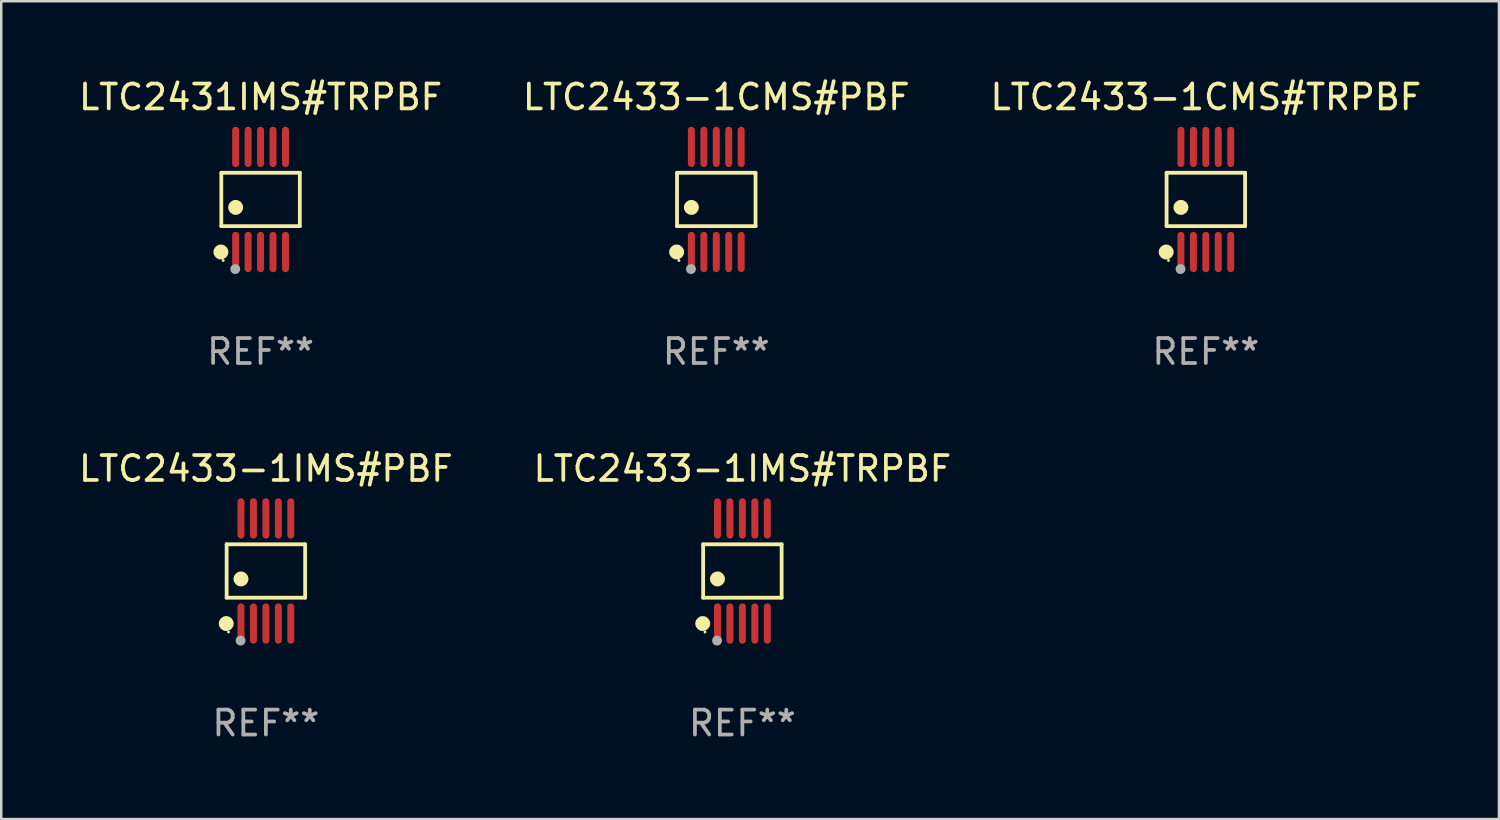
<source format=kicad_pcb>
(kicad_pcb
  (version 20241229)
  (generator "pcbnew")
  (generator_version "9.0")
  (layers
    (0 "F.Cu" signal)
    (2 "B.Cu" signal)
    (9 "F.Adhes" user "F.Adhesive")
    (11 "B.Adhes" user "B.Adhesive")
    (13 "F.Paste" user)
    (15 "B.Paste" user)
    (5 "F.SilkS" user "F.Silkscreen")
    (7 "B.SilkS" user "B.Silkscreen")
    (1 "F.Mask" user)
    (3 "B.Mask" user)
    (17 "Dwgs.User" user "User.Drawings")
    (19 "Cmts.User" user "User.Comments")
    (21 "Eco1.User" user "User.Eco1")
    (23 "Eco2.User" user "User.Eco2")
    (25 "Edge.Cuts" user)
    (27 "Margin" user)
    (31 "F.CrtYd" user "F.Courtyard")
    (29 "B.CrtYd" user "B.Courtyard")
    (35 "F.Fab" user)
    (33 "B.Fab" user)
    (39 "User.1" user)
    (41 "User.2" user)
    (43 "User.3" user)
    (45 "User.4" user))
  (footprint "LTC2431IMS#TRPBF"
    (layer "F.Cu")
    (at 7.411 4.958)
    (property "Reference" "LTC2431IMS#TRPBF" (at 0 -4.11 0) (layer "F.SilkS") (effects (font (size 1 1) (thickness 0.15))))
    (attr through_hole)
    (fp_line (start -1.576 -1.071) (end 1.576 -1.071) (stroke (width 0.152) (type solid)) (layer "F.SilkS"))
    (fp_line (start -1.576 1.071) (end -1.576 -1.071) (stroke (width 0.152) (type solid)) (layer "F.SilkS"))
    (fp_line (start 1.576 -1.071) (end 1.576 1.071) (stroke (width 0.152) (type solid)) (layer "F.SilkS"))
    (fp_line (start 1.576 1.071) (end -1.576 1.071) (stroke (width 0.152) (type solid)) (layer "F.SilkS"))
    (fp_circle (center -1.592 2.11) (end -1.442 2.11) (stroke (width 0.3) (type solid)) (fill no) (layer "F.SilkS"))
    (fp_circle (center -1.5 2.45) (end -1.47 2.45) (stroke (width 0.06) (type solid)) (fill no) (layer "F.SilkS"))
    (fp_circle (center -1 0.319) (end -0.85 0.319) (stroke (width 0.3) (type solid)) (fill no) (layer "F.SilkS"))
    (fp_circle (center -1.016 2.794) (end -0.916 2.794) (stroke (width 0.2) (type solid)) (fill no) (layer "F.Fab"))
    (fp_text user "REF**" (at 0 6.11 0) (layer "F.Fab") (effects (font (size 1 1) (thickness 0.15))))
    (pad "1" smd oval (at -1 2.11) (size 0.28 1.62) (layers "F.Cu" "F.Mask" "F.Paste"))
    (pad "2" smd oval (at -0.5 2.11) (size 0.28 1.62) (layers "F.Cu" "F.Mask" "F.Paste"))
    (pad "3" smd oval (at 0 2.11) (size 0.28 1.62) (layers "F.Cu" "F.Mask" "F.Paste"))
    (pad "4" smd oval (at 0.5 2.11) (size 0.28 1.62) (layers "F.Cu" "F.Mask" "F.Paste"))
    (pad "5" smd oval (at 1 2.11) (size 0.28 1.62) (layers "F.Cu" "F.Mask" "F.Paste"))
    (pad "6" smd oval (at 1 -2.11) (size 0.28 1.62) (layers "F.Cu" "F.Mask" "F.Paste"))
    (pad "7" smd oval (at 0.5 -2.11) (size 0.28 1.62) (layers "F.Cu" "F.Mask" "F.Paste"))
    (pad "8" smd oval (at 0 -2.11) (size 0.28 1.62) (layers "F.Cu" "F.Mask" "F.Paste"))
    (pad "9" smd oval (at -0.5 -2.11) (size 0.28 1.62) (layers "F.Cu" "F.Mask" "F.Paste"))
    (pad "10" smd oval (at -1 -2.11) (size 0.28 1.62) (layers "F.Cu" "F.Mask" "F.Paste")))
  (footprint "LTC2433-1CMS#PBF"
    (layer "F.Cu")
    (at 25.708 4.958)
    (property "Reference" "LTC2433-1CMS#PBF" (at 0 -4.11 0) (layer "F.SilkS") (effects (font (size 1 1) (thickness 0.15))))
    (attr through_hole)
    (fp_line (start -1.576 -1.071) (end 1.576 -1.071) (stroke (width 0.152) (type solid)) (layer "F.SilkS"))
    (fp_line (start -1.576 1.071) (end -1.576 -1.071) (stroke (width 0.152) (type solid)) (layer "F.SilkS"))
    (fp_line (start 1.576 -1.071) (end 1.576 1.071) (stroke (width 0.152) (type solid)) (layer "F.SilkS"))
    (fp_line (start 1.576 1.071) (end -1.576 1.071) (stroke (width 0.152) (type solid)) (layer "F.SilkS"))
    (fp_circle (center -1.592 2.11) (end -1.442 2.11) (stroke (width 0.3) (type solid)) (fill no) (layer "F.SilkS"))
    (fp_circle (center -1.5 2.45) (end -1.47 2.45) (stroke (width 0.06) (type solid)) (fill no) (layer "F.SilkS"))
    (fp_circle (center -1 0.319) (end -0.85 0.319) (stroke (width 0.3) (type solid)) (fill no) (layer "F.SilkS"))
    (fp_circle (center -1.016 2.794) (end -0.916 2.794) (stroke (width 0.2) (type solid)) (fill no) (layer "F.Fab"))
    (fp_text user "REF**" (at 0 6.11 0) (layer "F.Fab") (effects (font (size 1 1) (thickness 0.15))))
    (pad "1" smd oval (at -1 2.11) (size 0.28 1.62) (layers "F.Cu" "F.Mask" "F.Paste"))
    (pad "2" smd oval (at -0.5 2.11) (size 0.28 1.62) (layers "F.Cu" "F.Mask" "F.Paste"))
    (pad "3" smd oval (at 0 2.11) (size 0.28 1.62) (layers "F.Cu" "F.Mask" "F.Paste"))
    (pad "4" smd oval (at 0.5 2.11) (size 0.28 1.62) (layers "F.Cu" "F.Mask" "F.Paste"))
    (pad "5" smd oval (at 1 2.11) (size 0.28 1.62) (layers "F.Cu" "F.Mask" "F.Paste"))
    (pad "6" smd oval (at 1 -2.11) (size 0.28 1.62) (layers "F.Cu" "F.Mask" "F.Paste"))
    (pad "7" smd oval (at 0.5 -2.11) (size 0.28 1.62) (layers "F.Cu" "F.Mask" "F.Paste"))
    (pad "8" smd oval (at 0 -2.11) (size 0.28 1.62) (layers "F.Cu" "F.Mask" "F.Paste"))
    (pad "9" smd oval (at -0.5 -2.11) (size 0.28 1.62) (layers "F.Cu" "F.Mask" "F.Paste"))
    (pad "10" smd oval (at -1 -2.11) (size 0.28 1.62) (layers "F.Cu" "F.Mask" "F.Paste")))
  (footprint "LTC2433-1CMS#TRPBF"
    (layer "F.Cu")
    (at 45.363 4.958)
    (property "Reference" "LTC2433-1CMS#TRPBF" (at 0 -4.11 0) (layer "F.SilkS") (effects (font (size 1 1) (thickness 0.15))))
    (attr through_hole)
    (fp_line (start -1.576 -1.071) (end 1.576 -1.071) (stroke (width 0.152) (type solid)) (layer "F.SilkS"))
    (fp_line (start -1.576 1.071) (end -1.576 -1.071) (stroke (width 0.152) (type solid)) (layer "F.SilkS"))
    (fp_line (start 1.576 -1.071) (end 1.576 1.071) (stroke (width 0.152) (type solid)) (layer "F.SilkS"))
    (fp_line (start 1.576 1.071) (end -1.576 1.071) (stroke (width 0.152) (type solid)) (layer "F.SilkS"))
    (fp_circle (center -1.592 2.11) (end -1.442 2.11) (stroke (width 0.3) (type solid)) (fill no) (layer "F.SilkS"))
    (fp_circle (center -1.5 2.45) (end -1.47 2.45) (stroke (width 0.06) (type solid)) (fill no) (layer "F.SilkS"))
    (fp_circle (center -1 0.319) (end -0.85 0.319) (stroke (width 0.3) (type solid)) (fill no) (layer "F.SilkS"))
    (fp_circle (center -1.016 2.794) (end -0.916 2.794) (stroke (width 0.2) (type solid)) (fill no) (layer "F.Fab"))
    (fp_text user "REF**" (at 0 6.11 0) (layer "F.Fab") (effects (font (size 1 1) (thickness 0.15))))
    (pad "1" smd oval (at -1 2.11) (size 0.28 1.62) (layers "F.Cu" "F.Mask" "F.Paste"))
    (pad "2" smd oval (at -0.5 2.11) (size 0.28 1.62) (layers "F.Cu" "F.Mask" "F.Paste"))
    (pad "3" smd oval (at 0 2.11) (size 0.28 1.62) (layers "F.Cu" "F.Mask" "F.Paste"))
    (pad "4" smd oval (at 0.5 2.11) (size 0.28 1.62) (layers "F.Cu" "F.Mask" "F.Paste"))
    (pad "5" smd oval (at 1 2.11) (size 0.28 1.62) (layers "F.Cu" "F.Mask" "F.Paste"))
    (pad "6" smd oval (at 1 -2.11) (size 0.28 1.62) (layers "F.Cu" "F.Mask" "F.Paste"))
    (pad "7" smd oval (at 0.5 -2.11) (size 0.28 1.62) (layers "F.Cu" "F.Mask" "F.Paste"))
    (pad "8" smd oval (at 0 -2.11) (size 0.28 1.62) (layers "F.Cu" "F.Mask" "F.Paste"))
    (pad "9" smd oval (at -0.5 -2.11) (size 0.28 1.62) (layers "F.Cu" "F.Mask" "F.Paste"))
    (pad "10" smd oval (at -1 -2.11) (size 0.28 1.62) (layers "F.Cu" "F.Mask" "F.Paste")))
  (footprint "LTC2433-1IMS#TRPBF"
    (layer "F.Cu")
    (at 26.756 19.875)
    (property "Reference" "LTC2433-1IMS#TRPBF" (at 0 -4.11 0) (layer "F.SilkS") (effects (font (size 1 1) (thickness 0.15))))
    (attr through_hole)
    (fp_line (start -1.576 -1.071) (end 1.576 -1.071) (stroke (width 0.152) (type solid)) (layer "F.SilkS"))
    (fp_line (start -1.576 1.071) (end -1.576 -1.071) (stroke (width 0.152) (type solid)) (layer "F.SilkS"))
    (fp_line (start 1.576 -1.071) (end 1.576 1.071) (stroke (width 0.152) (type solid)) (layer "F.SilkS"))
    (fp_line (start 1.576 1.071) (end -1.576 1.071) (stroke (width 0.152) (type solid)) (layer "F.SilkS"))
    (fp_circle (center -1.592 2.11) (end -1.442 2.11) (stroke (width 0.3) (type solid)) (fill no) (layer "F.SilkS"))
    (fp_circle (center -1.5 2.45) (end -1.47 2.45) (stroke (width 0.06) (type solid)) (fill no) (layer "F.SilkS"))
    (fp_circle (center -1 0.319) (end -0.85 0.319) (stroke (width 0.3) (type solid)) (fill no) (layer "F.SilkS"))
    (fp_circle (center -1.016 2.794) (end -0.916 2.794) (stroke (width 0.2) (type solid)) (fill no) (layer "F.Fab"))
    (fp_text user "REF**" (at 0 6.11 0) (layer "F.Fab") (effects (font (size 1 1) (thickness 0.15))))
    (pad "1" smd oval (at -1 2.11) (size 0.28 1.62) (layers "F.Cu" "F.Mask" "F.Paste"))
    (pad "2" smd oval (at -0.5 2.11) (size 0.28 1.62) (layers "F.Cu" "F.Mask" "F.Paste"))
    (pad "3" smd oval (at 0 2.11) (size 0.28 1.62) (layers "F.Cu" "F.Mask" "F.Paste"))
    (pad "4" smd oval (at 0.5 2.11) (size 0.28 1.62) (layers "F.Cu" "F.Mask" "F.Paste"))
    (pad "5" smd oval (at 1 2.11) (size 0.28 1.62) (layers "F.Cu" "F.Mask" "F.Paste"))
    (pad "6" smd oval (at 1 -2.11) (size 0.28 1.62) (layers "F.Cu" "F.Mask" "F.Paste"))
    (pad "7" smd oval (at 0.5 -2.11) (size 0.28 1.62) (layers "F.Cu" "F.Mask" "F.Paste"))
    (pad "8" smd oval (at 0 -2.11) (size 0.28 1.62) (layers "F.Cu" "F.Mask" "F.Paste"))
    (pad "9" smd oval (at -0.5 -2.11) (size 0.28 1.62) (layers "F.Cu" "F.Mask" "F.Paste"))
    (pad "10" smd oval (at -1 -2.11) (size 0.28 1.62) (layers "F.Cu" "F.Mask" "F.Paste")))
  (footprint "LTC2433-1IMS#PBF"
    (layer "F.Cu")
    (at 7.625 19.875)
    (property "Reference" "LTC2433-1IMS#PBF" (at 0 -4.11 0) (layer "F.SilkS") (effects (font (size 1 1) (thickness 0.15))))
    (attr through_hole)
    (fp_line (start -1.576 -1.071) (end 1.576 -1.071) (stroke (width 0.152) (type solid)) (layer "F.SilkS"))
    (fp_line (start -1.576 1.071) (end -1.576 -1.071) (stroke (width 0.152) (type solid)) (layer "F.SilkS"))
    (fp_line (start 1.576 -1.071) (end 1.576 1.071) (stroke (width 0.152) (type solid)) (layer "F.SilkS"))
    (fp_line (start 1.576 1.071) (end -1.576 1.071) (stroke (width 0.152) (type solid)) (layer "F.SilkS"))
    (fp_circle (center -1.592 2.11) (end -1.442 2.11) (stroke (width 0.3) (type solid)) (fill no) (layer "F.SilkS"))
    (fp_circle (center -1.5 2.45) (end -1.47 2.45) (stroke (width 0.06) (type solid)) (fill no) (layer "F.SilkS"))
    (fp_circle (center -1 0.319) (end -0.85 0.319) (stroke (width 0.3) (type solid)) (fill no) (layer "F.SilkS"))
    (fp_circle (center -1.016 2.794) (end -0.916 2.794) (stroke (width 0.2) (type solid)) (fill no) (layer "F.Fab"))
    (fp_text user "REF**" (at 0 6.11 0) (layer "F.Fab") (effects (font (size 1 1) (thickness 0.15))))
    (pad "1" smd oval (at -1 2.11) (size 0.28 1.62) (layers "F.Cu" "F.Mask" "F.Paste"))
    (pad "2" smd oval (at -0.5 2.11) (size 0.28 1.62) (layers "F.Cu" "F.Mask" "F.Paste"))
    (pad "3" smd oval (at 0 2.11) (size 0.28 1.62) (layers "F.Cu" "F.Mask" "F.Paste"))
    (pad "4" smd oval (at 0.5 2.11) (size 0.28 1.62) (layers "F.Cu" "F.Mask" "F.Paste"))
    (pad "5" smd oval (at 1 2.11) (size 0.28 1.62) (layers "F.Cu" "F.Mask" "F.Paste"))
    (pad "6" smd oval (at 1 -2.11) (size 0.28 1.62) (layers "F.Cu" "F.Mask" "F.Paste"))
    (pad "7" smd oval (at 0.5 -2.11) (size 0.28 1.62) (layers "F.Cu" "F.Mask" "F.Paste"))
    (pad "8" smd oval (at 0 -2.11) (size 0.28 1.62) (layers "F.Cu" "F.Mask" "F.Paste"))
    (pad "9" smd oval (at -0.5 -2.11) (size 0.28 1.62) (layers "F.Cu" "F.Mask" "F.Paste"))
    (pad "10" smd oval (at -1 -2.11) (size 0.28 1.62) (layers "F.Cu" "F.Mask" "F.Paste")))
  (gr_rect
    (start -3 -3)
    (end 57.131 29.833)
    (stroke (width 0.1) (type default))
    (fill no)
    (layer "Edge.Cuts")))
</source>
